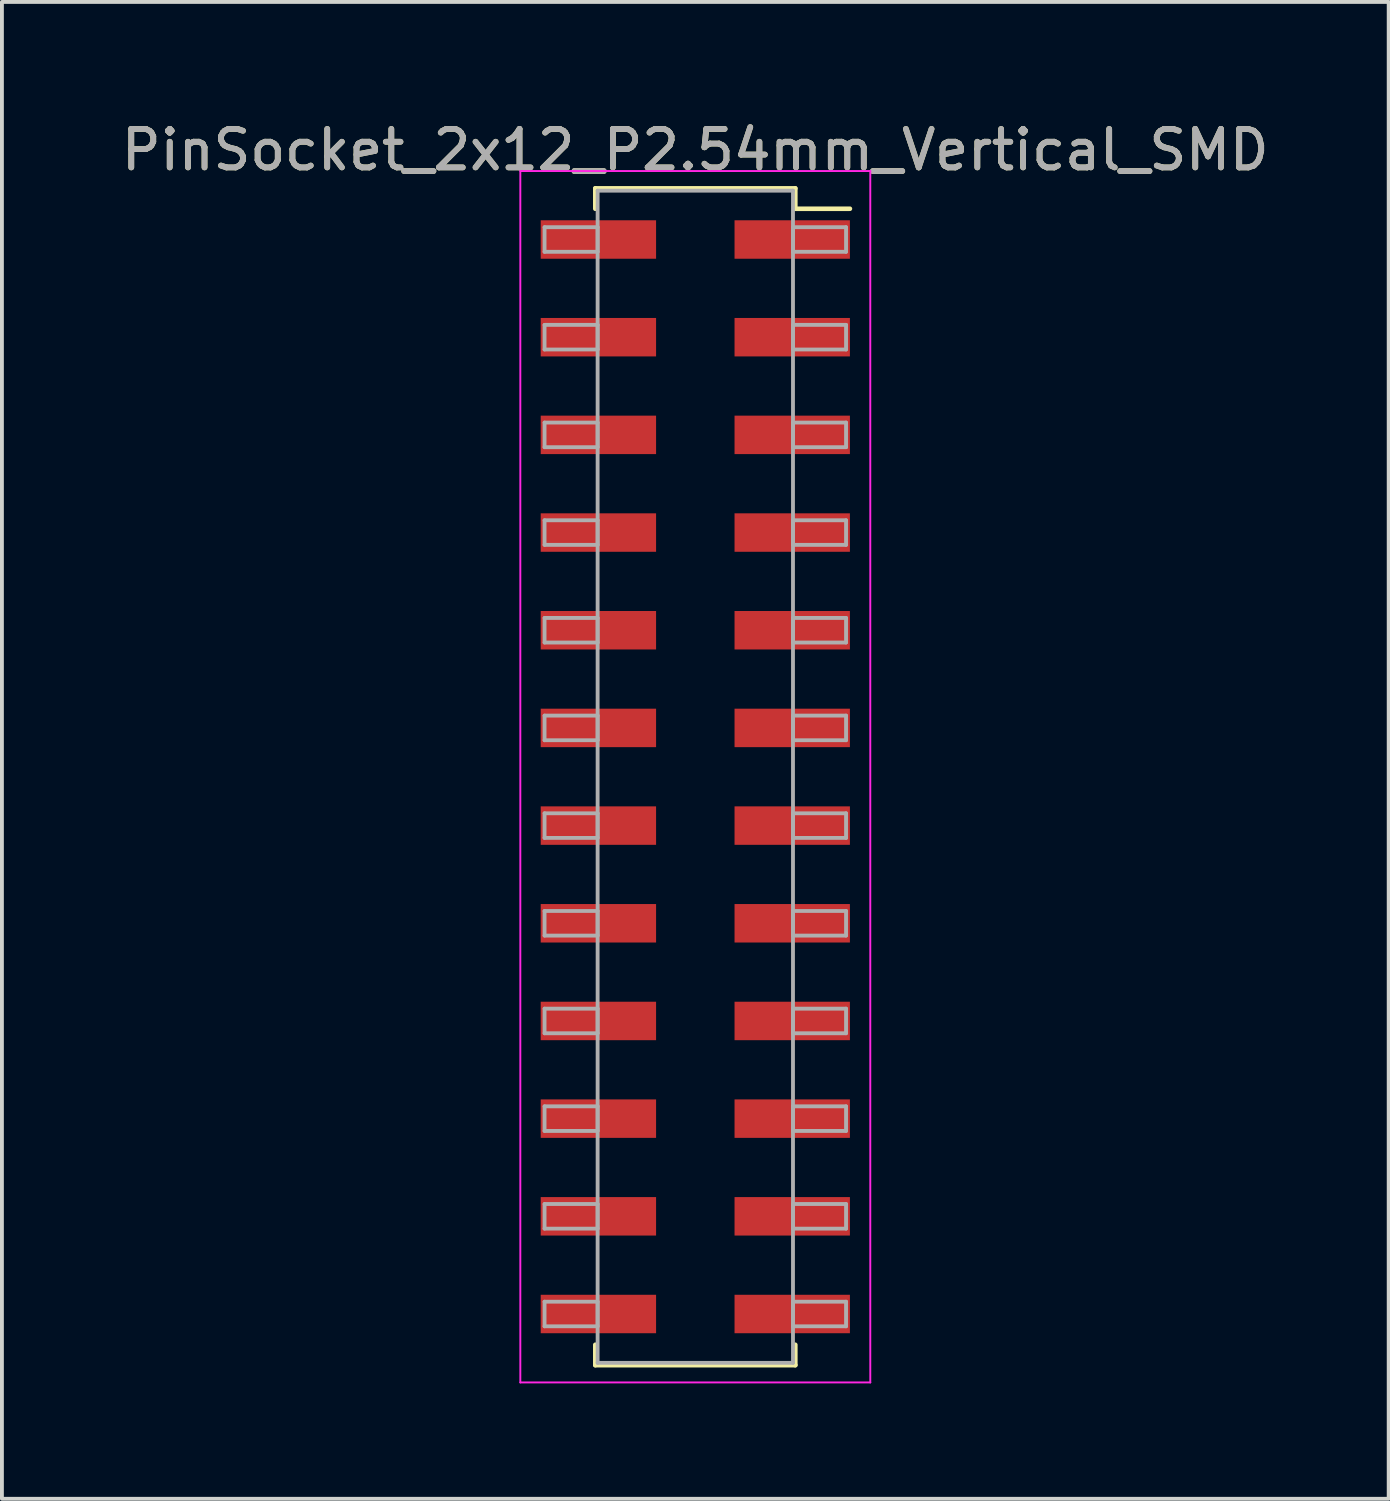
<source format=kicad_pcb>
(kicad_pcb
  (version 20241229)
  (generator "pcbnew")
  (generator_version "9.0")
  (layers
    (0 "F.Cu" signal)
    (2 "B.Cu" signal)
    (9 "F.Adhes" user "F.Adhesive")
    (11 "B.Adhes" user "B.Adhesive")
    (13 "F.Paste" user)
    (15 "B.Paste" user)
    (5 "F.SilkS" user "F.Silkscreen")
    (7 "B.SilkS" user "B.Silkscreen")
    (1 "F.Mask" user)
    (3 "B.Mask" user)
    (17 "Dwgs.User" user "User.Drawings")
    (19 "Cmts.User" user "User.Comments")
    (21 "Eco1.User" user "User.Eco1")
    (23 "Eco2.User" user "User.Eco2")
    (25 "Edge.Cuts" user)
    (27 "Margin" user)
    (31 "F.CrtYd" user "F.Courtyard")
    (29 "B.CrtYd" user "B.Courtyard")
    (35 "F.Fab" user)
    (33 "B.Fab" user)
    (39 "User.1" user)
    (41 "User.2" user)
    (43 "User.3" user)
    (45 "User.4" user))
  (footprint "PinSocket_2x12_P2.54mm_Vertical_SMD"
    (layer "F.Cu")
    (at 15.03 17.148)
    (property "Reference" "PinSocket_2x12_P2.54mm_Vertical_SMD" (at 0 -16.3 0) (layer "F.SilkS") (effects (font (size 1 1) (thickness 0.15))))
    (attr smd)
    (fp_line (start -2.6 -15.3) (end 2.6 -15.3) (stroke (width 0.12) (type solid)) (layer "F.SilkS"))
    (fp_line (start -2.6 -14.77) (end -2.6 -15.3) (stroke (width 0.12) (type solid)) (layer "F.SilkS"))
    (fp_line (start -2.6 14.77) (end -2.6 15.3) (stroke (width 0.12) (type solid)) (layer "F.SilkS"))
    (fp_line (start -2.6 15.3) (end 2.6 15.3) (stroke (width 0.12) (type solid)) (layer "F.SilkS"))
    (fp_line (start 2.6 -15.3) (end 2.6 -14.77) (stroke (width 0.12) (type solid)) (layer "F.SilkS"))
    (fp_line (start 2.6 15.3) (end 2.6 14.77) (stroke (width 0.12) (type solid)) (layer "F.SilkS"))
    (fp_line (start 4.02 -14.77) (end 2.6 -14.77) (stroke (width 0.12) (type solid)) (layer "F.SilkS"))
    (fp_line (start -4.55 -15.75) (end -4.55 15.75) (stroke (width 0.05) (type solid)) (layer "F.CrtYd"))
    (fp_line (start -4.55 15.75) (end 4.55 15.75) (stroke (width 0.05) (type solid)) (layer "F.CrtYd"))
    (fp_line (start 4.55 -15.75) (end -4.55 -15.75) (stroke (width 0.05) (type solid)) (layer "F.CrtYd"))
    (fp_line (start 4.55 15.75) (end 4.55 -15.75) (stroke (width 0.05) (type solid)) (layer "F.CrtYd"))
    (fp_line (start -3.92 -14.29) (end -2.54 -14.29) (stroke (width 0.1) (type solid)) (layer "F.Fab"))
    (fp_line (start -3.92 -13.65) (end -3.92 -14.29) (stroke (width 0.1) (type solid)) (layer "F.Fab"))
    (fp_line (start -3.92 -11.75) (end -2.54 -11.75) (stroke (width 0.1) (type solid)) (layer "F.Fab"))
    (fp_line (start -3.92 -11.11) (end -3.92 -11.75) (stroke (width 0.1) (type solid)) (layer "F.Fab"))
    (fp_line (start -3.92 -9.21) (end -2.54 -9.21) (stroke (width 0.1) (type solid)) (layer "F.Fab"))
    (fp_line (start -3.92 -8.57) (end -3.92 -9.21) (stroke (width 0.1) (type solid)) (layer "F.Fab"))
    (fp_line (start -3.92 -6.67) (end -2.54 -6.67) (stroke (width 0.1) (type solid)) (layer "F.Fab"))
    (fp_line (start -3.92 -6.03) (end -3.92 -6.67) (stroke (width 0.1) (type solid)) (layer "F.Fab"))
    (fp_line (start -3.92 -4.13) (end -2.54 -4.13) (stroke (width 0.1) (type solid)) (layer "F.Fab"))
    (fp_line (start -3.92 -3.49) (end -3.92 -4.13) (stroke (width 0.1) (type solid)) (layer "F.Fab"))
    (fp_line (start -3.92 -1.59) (end -2.54 -1.59) (stroke (width 0.1) (type solid)) (layer "F.Fab"))
    (fp_line (start -3.92 -0.95) (end -3.92 -1.59) (stroke (width 0.1) (type solid)) (layer "F.Fab"))
    (fp_line (start -3.92 0.95) (end -2.54 0.95) (stroke (width 0.1) (type solid)) (layer "F.Fab"))
    (fp_line (start -3.92 1.59) (end -3.92 0.95) (stroke (width 0.1) (type solid)) (layer "F.Fab"))
    (fp_line (start -3.92 3.49) (end -2.54 3.49) (stroke (width 0.1) (type solid)) (layer "F.Fab"))
    (fp_line (start -3.92 4.13) (end -3.92 3.49) (stroke (width 0.1) (type solid)) (layer "F.Fab"))
    (fp_line (start -3.92 6.03) (end -2.54 6.03) (stroke (width 0.1) (type solid)) (layer "F.Fab"))
    (fp_line (start -3.92 6.67) (end -3.92 6.03) (stroke (width 0.1) (type solid)) (layer "F.Fab"))
    (fp_line (start -3.92 8.57) (end -2.54 8.57) (stroke (width 0.1) (type solid)) (layer "F.Fab"))
    (fp_line (start -3.92 9.21) (end -3.92 8.57) (stroke (width 0.1) (type solid)) (layer "F.Fab"))
    (fp_line (start -3.92 11.11) (end -2.54 11.11) (stroke (width 0.1) (type solid)) (layer "F.Fab"))
    (fp_line (start -3.92 11.75) (end -3.92 11.11) (stroke (width 0.1) (type solid)) (layer "F.Fab"))
    (fp_line (start -3.92 13.65) (end -2.54 13.65) (stroke (width 0.1) (type solid)) (layer "F.Fab"))
    (fp_line (start -3.92 14.29) (end -3.92 13.65) (stroke (width 0.1) (type solid)) (layer "F.Fab"))
    (fp_line (start -2.54 -15.24) (end -2.54 15.24) (stroke (width 0.1) (type solid)) (layer "F.Fab"))
    (fp_line (start -2.54 -14.29) (end -2.54 -13.65) (stroke (width 0.1) (type solid)) (layer "F.Fab"))
    (fp_line (start -2.54 -13.65) (end -3.92 -13.65) (stroke (width 0.1) (type solid)) (layer "F.Fab"))
    (fp_line (start -2.54 -11.75) (end -2.54 -11.11) (stroke (width 0.1) (type solid)) (layer "F.Fab"))
    (fp_line (start -2.54 -11.11) (end -3.92 -11.11) (stroke (width 0.1) (type solid)) (layer "F.Fab"))
    (fp_line (start -2.54 -9.21) (end -2.54 -8.57) (stroke (width 0.1) (type solid)) (layer "F.Fab"))
    (fp_line (start -2.54 -8.57) (end -3.92 -8.57) (stroke (width 0.1) (type solid)) (layer "F.Fab"))
    (fp_line (start -2.54 -6.67) (end -2.54 -6.03) (stroke (width 0.1) (type solid)) (layer "F.Fab"))
    (fp_line (start -2.54 -6.03) (end -3.92 -6.03) (stroke (width 0.1) (type solid)) (layer "F.Fab"))
    (fp_line (start -2.54 -4.13) (end -2.54 -3.49) (stroke (width 0.1) (type solid)) (layer "F.Fab"))
    (fp_line (start -2.54 -3.49) (end -3.92 -3.49) (stroke (width 0.1) (type solid)) (layer "F.Fab"))
    (fp_line (start -2.54 -1.59) (end -2.54 -0.95) (stroke (width 0.1) (type solid)) (layer "F.Fab"))
    (fp_line (start -2.54 -0.95) (end -3.92 -0.95) (stroke (width 0.1) (type solid)) (layer "F.Fab"))
    (fp_line (start -2.54 0.95) (end -2.54 1.59) (stroke (width 0.1) (type solid)) (layer "F.Fab"))
    (fp_line (start -2.54 1.59) (end -3.92 1.59) (stroke (width 0.1) (type solid)) (layer "F.Fab"))
    (fp_line (start -2.54 3.49) (end -2.54 4.13) (stroke (width 0.1) (type solid)) (layer "F.Fab"))
    (fp_line (start -2.54 4.13) (end -3.92 4.13) (stroke (width 0.1) (type solid)) (layer "F.Fab"))
    (fp_line (start -2.54 6.03) (end -2.54 6.67) (stroke (width 0.1) (type solid)) (layer "F.Fab"))
    (fp_line (start -2.54 6.67) (end -3.92 6.67) (stroke (width 0.1) (type solid)) (layer "F.Fab"))
    (fp_line (start -2.54 8.57) (end -2.54 9.21) (stroke (width 0.1) (type solid)) (layer "F.Fab"))
    (fp_line (start -2.54 9.21) (end -3.92 9.21) (stroke (width 0.1) (type solid)) (layer "F.Fab"))
    (fp_line (start -2.54 11.11) (end -2.54 11.75) (stroke (width 0.1) (type solid)) (layer "F.Fab"))
    (fp_line (start -2.54 11.75) (end -3.92 11.75) (stroke (width 0.1) (type solid)) (layer "F.Fab"))
    (fp_line (start -2.54 13.65) (end -2.54 14.29) (stroke (width 0.1) (type solid)) (layer "F.Fab"))
    (fp_line (start -2.54 14.29) (end -3.92 14.29) (stroke (width 0.1) (type solid)) (layer "F.Fab"))
    (fp_line (start -2.54 15.24) (end 2.54 15.24) (stroke (width 0.1) (type solid)) (layer "F.Fab"))
    (fp_line (start 2.54 -15.24) (end -2.54 -15.24) (stroke (width 0.1) (type solid)) (layer "F.Fab"))
    (fp_line (start 2.54 -14.29) (end 2.54 -13.65) (stroke (width 0.1) (type solid)) (layer "F.Fab"))
    (fp_line (start 2.54 -13.65) (end 3.92 -13.65) (stroke (width 0.1) (type solid)) (layer "F.Fab"))
    (fp_line (start 2.54 -11.75) (end 2.54 -11.11) (stroke (width 0.1) (type solid)) (layer "F.Fab"))
    (fp_line (start 2.54 -11.11) (end 3.92 -11.11) (stroke (width 0.1) (type solid)) (layer "F.Fab"))
    (fp_line (start 2.54 -9.21) (end 2.54 -8.57) (stroke (width 0.1) (type solid)) (layer "F.Fab"))
    (fp_line (start 2.54 -8.57) (end 3.92 -8.57) (stroke (width 0.1) (type solid)) (layer "F.Fab"))
    (fp_line (start 2.54 -6.67) (end 2.54 -6.03) (stroke (width 0.1) (type solid)) (layer "F.Fab"))
    (fp_line (start 2.54 -6.03) (end 3.92 -6.03) (stroke (width 0.1) (type solid)) (layer "F.Fab"))
    (fp_line (start 2.54 -4.13) (end 2.54 -3.49) (stroke (width 0.1) (type solid)) (layer "F.Fab"))
    (fp_line (start 2.54 -3.49) (end 3.92 -3.49) (stroke (width 0.1) (type solid)) (layer "F.Fab"))
    (fp_line (start 2.54 -1.59) (end 2.54 -0.95) (stroke (width 0.1) (type solid)) (layer "F.Fab"))
    (fp_line (start 2.54 -0.95) (end 3.92 -0.95) (stroke (width 0.1) (type solid)) (layer "F.Fab"))
    (fp_line (start 2.54 0.95) (end 2.54 1.59) (stroke (width 0.1) (type solid)) (layer "F.Fab"))
    (fp_line (start 2.54 1.59) (end 3.92 1.59) (stroke (width 0.1) (type solid)) (layer "F.Fab"))
    (fp_line (start 2.54 3.49) (end 2.54 4.13) (stroke (width 0.1) (type solid)) (layer "F.Fab"))
    (fp_line (start 2.54 4.13) (end 3.92 4.13) (stroke (width 0.1) (type solid)) (layer "F.Fab"))
    (fp_line (start 2.54 6.03) (end 2.54 6.67) (stroke (width 0.1) (type solid)) (layer "F.Fab"))
    (fp_line (start 2.54 6.67) (end 3.92 6.67) (stroke (width 0.1) (type solid)) (layer "F.Fab"))
    (fp_line (start 2.54 8.57) (end 2.54 9.21) (stroke (width 0.1) (type solid)) (layer "F.Fab"))
    (fp_line (start 2.54 9.21) (end 3.92 9.21) (stroke (width 0.1) (type solid)) (layer "F.Fab"))
    (fp_line (start 2.54 11.11) (end 2.54 11.75) (stroke (width 0.1) (type solid)) (layer "F.Fab"))
    (fp_line (start 2.54 11.75) (end 3.92 11.75) (stroke (width 0.1) (type solid)) (layer "F.Fab"))
    (fp_line (start 2.54 13.65) (end 2.54 14.29) (stroke (width 0.1) (type solid)) (layer "F.Fab"))
    (fp_line (start 2.54 14.29) (end 3.92 14.29) (stroke (width 0.1) (type solid)) (layer "F.Fab"))
    (fp_line (start 2.54 15.24) (end 2.54 -15.24) (stroke (width 0.1) (type solid)) (layer "F.Fab"))
    (fp_line (start 3.92 -14.29) (end 2.54 -14.29) (stroke (width 0.1) (type solid)) (layer "F.Fab"))
    (fp_line (start 3.92 -13.65) (end 3.92 -14.29) (stroke (width 0.1) (type solid)) (layer "F.Fab"))
    (fp_line (start 3.92 -11.75) (end 2.54 -11.75) (stroke (width 0.1) (type solid)) (layer "F.Fab"))
    (fp_line (start 3.92 -11.11) (end 3.92 -11.75) (stroke (width 0.1) (type solid)) (layer "F.Fab"))
    (fp_line (start 3.92 -9.21) (end 2.54 -9.21) (stroke (width 0.1) (type solid)) (layer "F.Fab"))
    (fp_line (start 3.92 -8.57) (end 3.92 -9.21) (stroke (width 0.1) (type solid)) (layer "F.Fab"))
    (fp_line (start 3.92 -6.67) (end 2.54 -6.67) (stroke (width 0.1) (type solid)) (layer "F.Fab"))
    (fp_line (start 3.92 -6.03) (end 3.92 -6.67) (stroke (width 0.1) (type solid)) (layer "F.Fab"))
    (fp_line (start 3.92 -4.13) (end 2.54 -4.13) (stroke (width 0.1) (type solid)) (layer "F.Fab"))
    (fp_line (start 3.92 -3.49) (end 3.92 -4.13) (stroke (width 0.1) (type solid)) (layer "F.Fab"))
    (fp_line (start 3.92 -1.59) (end 2.54 -1.59) (stroke (width 0.1) (type solid)) (layer "F.Fab"))
    (fp_line (start 3.92 -0.95) (end 3.92 -1.59) (stroke (width 0.1) (type solid)) (layer "F.Fab"))
    (fp_line (start 3.92 0.95) (end 2.54 0.95) (stroke (width 0.1) (type solid)) (layer "F.Fab"))
    (fp_line (start 3.92 1.59) (end 3.92 0.95) (stroke (width 0.1) (type solid)) (layer "F.Fab"))
    (fp_line (start 3.92 3.49) (end 2.54 3.49) (stroke (width 0.1) (type solid)) (layer "F.Fab"))
    (fp_line (start 3.92 4.13) (end 3.92 3.49) (stroke (width 0.1) (type solid)) (layer "F.Fab"))
    (fp_line (start 3.92 6.03) (end 2.54 6.03) (stroke (width 0.1) (type solid)) (layer "F.Fab"))
    (fp_line (start 3.92 6.67) (end 3.92 6.03) (stroke (width 0.1) (type solid)) (layer "F.Fab"))
    (fp_line (start 3.92 8.57) (end 2.54 8.57) (stroke (width 0.1) (type solid)) (layer "F.Fab"))
    (fp_line (start 3.92 9.21) (end 3.92 8.57) (stroke (width 0.1) (type solid)) (layer "F.Fab"))
    (fp_line (start 3.92 11.11) (end 2.54 11.11) (stroke (width 0.1) (type solid)) (layer "F.Fab"))
    (fp_line (start 3.92 11.75) (end 3.92 11.11) (stroke (width 0.1) (type solid)) (layer "F.Fab"))
    (fp_line (start 3.92 13.65) (end 2.54 13.65) (stroke (width 0.1) (type solid)) (layer "F.Fab"))
    (fp_line (start 3.92 14.29) (end 3.92 13.65) (stroke (width 0.1) (type solid)) (layer "F.Fab"))
    (fp_text user "${REFERENCE}" (at 0 -16.3 0) (layer "F.Fab") (effects (font (size 1 1) (thickness 0.15))))
    (pad "1" smd rect (at 2.52 -13.97) (size 3 1) (layers "F.Cu" "F.Mask" "F.Paste"))
    (pad "2" smd rect (at -2.52 -13.97) (size 3 1) (layers "F.Cu" "F.Mask" "F.Paste"))
    (pad "3" smd rect (at 2.52 -11.43) (size 3 1) (layers "F.Cu" "F.Mask" "F.Paste"))
    (pad "4" smd rect (at -2.52 -11.43) (size 3 1) (layers "F.Cu" "F.Mask" "F.Paste"))
    (pad "5" smd rect (at 2.52 -8.89) (size 3 1) (layers "F.Cu" "F.Mask" "F.Paste"))
    (pad "6" smd rect (at -2.52 -8.89) (size 3 1) (layers "F.Cu" "F.Mask" "F.Paste"))
    (pad "7" smd rect (at 2.52 -6.35) (size 3 1) (layers "F.Cu" "F.Mask" "F.Paste"))
    (pad "8" smd rect (at -2.52 -6.35) (size 3 1) (layers "F.Cu" "F.Mask" "F.Paste"))
    (pad "9" smd rect (at 2.52 -3.81) (size 3 1) (layers "F.Cu" "F.Mask" "F.Paste"))
    (pad "10" smd rect (at -2.52 -3.81) (size 3 1) (layers "F.Cu" "F.Mask" "F.Paste"))
    (pad "11" smd rect (at 2.52 -1.27) (size 3 1) (layers "F.Cu" "F.Mask" "F.Paste"))
    (pad "12" smd rect (at -2.52 -1.27) (size 3 1) (layers "F.Cu" "F.Mask" "F.Paste"))
    (pad "13" smd rect (at 2.52 1.27) (size 3 1) (layers "F.Cu" "F.Mask" "F.Paste"))
    (pad "14" smd rect (at -2.52 1.27) (size 3 1) (layers "F.Cu" "F.Mask" "F.Paste"))
    (pad "15" smd rect (at 2.52 3.81) (size 3 1) (layers "F.Cu" "F.Mask" "F.Paste"))
    (pad "16" smd rect (at -2.52 3.81) (size 3 1) (layers "F.Cu" "F.Mask" "F.Paste"))
    (pad "17" smd rect (at 2.52 6.35) (size 3 1) (layers "F.Cu" "F.Mask" "F.Paste"))
    (pad "18" smd rect (at -2.52 6.35) (size 3 1) (layers "F.Cu" "F.Mask" "F.Paste"))
    (pad "19" smd rect (at 2.52 8.89) (size 3 1) (layers "F.Cu" "F.Mask" "F.Paste"))
    (pad "20" smd rect (at -2.52 8.89) (size 3 1) (layers "F.Cu" "F.Mask" "F.Paste"))
    (pad "21" smd rect (at 2.52 11.43) (size 3 1) (layers "F.Cu" "F.Mask" "F.Paste"))
    (pad "22" smd rect (at -2.52 11.43) (size 3 1) (layers "F.Cu" "F.Mask" "F.Paste"))
    (pad "23" smd rect (at 2.52 13.97) (size 3 1) (layers "F.Cu" "F.Mask" "F.Paste"))
    (pad "24" smd rect (at -2.52 13.97) (size 3 1) (layers "F.Cu" "F.Mask" "F.Paste")))
  (gr_rect
    (start -3 -3)
    (end 33.06 35.923)
    (stroke (width 0.1) (type default))
    (fill no)
    (layer "Edge.Cuts")))
</source>
